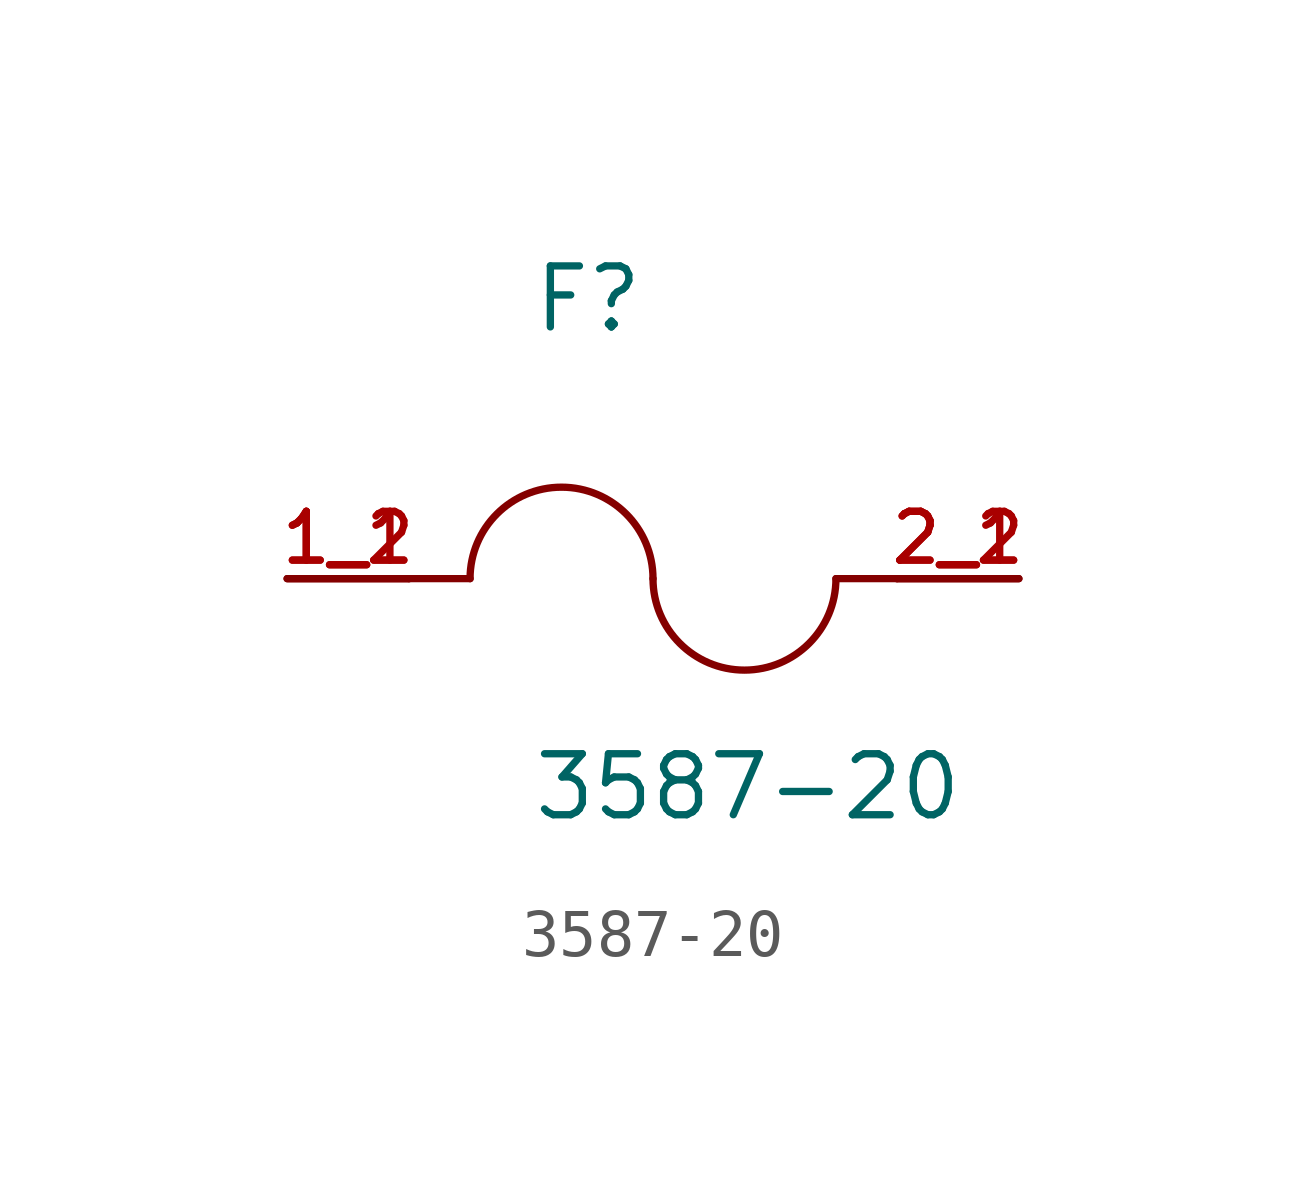
<source format=kicad_sym>
(kicad_symbol_lib
  (version 20211014)
  (generator kicad_symbol_editor)
  (symbol "3587-20"
    (pin_names
      (offset 1.016))
    (property "Reference" "F"
      (at -2.54 5.08 0)
      (effects (font (size 1.27 1.27)) (justify bottom left)))
    (property "Value" "3587-20"
      (at -2.54 -5.08 0)
      (effects (font (size 1.27 1.27)) (justify bottom left)))
    (symbol "3587-20_0_0"
      (arc (start 0.0 0.0) (mid -1.905 1.905) (end -3.81 0.0) (stroke (width 0.1524) (type default) (color 0 0 0 0)) (fill (type none)))
      (arc (start 3.81 0.0) (mid 1.905 -1.905) (end 0.0 0.0) (stroke (width 0.1524) (type default) (color 0 0 0 0)) (fill (type none)))
      (polyline (pts (xy 5.08 0.0) (xy 3.81 0.0)) (stroke (width 0.152)))
      (polyline (pts (xy -5.08 0.0) (xy -3.81 0.0)) (stroke (width 0.152)))
      (pin passive line (at -7.62 0.0 0) (length 2.54) (name "~" (effects (font (size 1.016 1.016)))) (number "1_1" (effects (font (size 1.016 1.016)))))
      (pin passive line (at 7.62 0.0 180.0) (length 2.54) (name "~" (effects (font (size 1.016 1.016)))) (number "2_1" (effects (font (size 1.016 1.016)))))
      (pin passive line (at -7.62 0.0 0) (length 2.54) (name "~" (effects (font (size 1.016 1.016)))) (number "1_2" (effects (font (size 1.016 1.016)))))
      (pin passive line (at 7.62 0.0 180.0) (length 2.54) (name "~" (effects (font (size 1.016 1.016)))) (number "2_2" (effects (font (size 1.016 1.016))))))))
</source>
